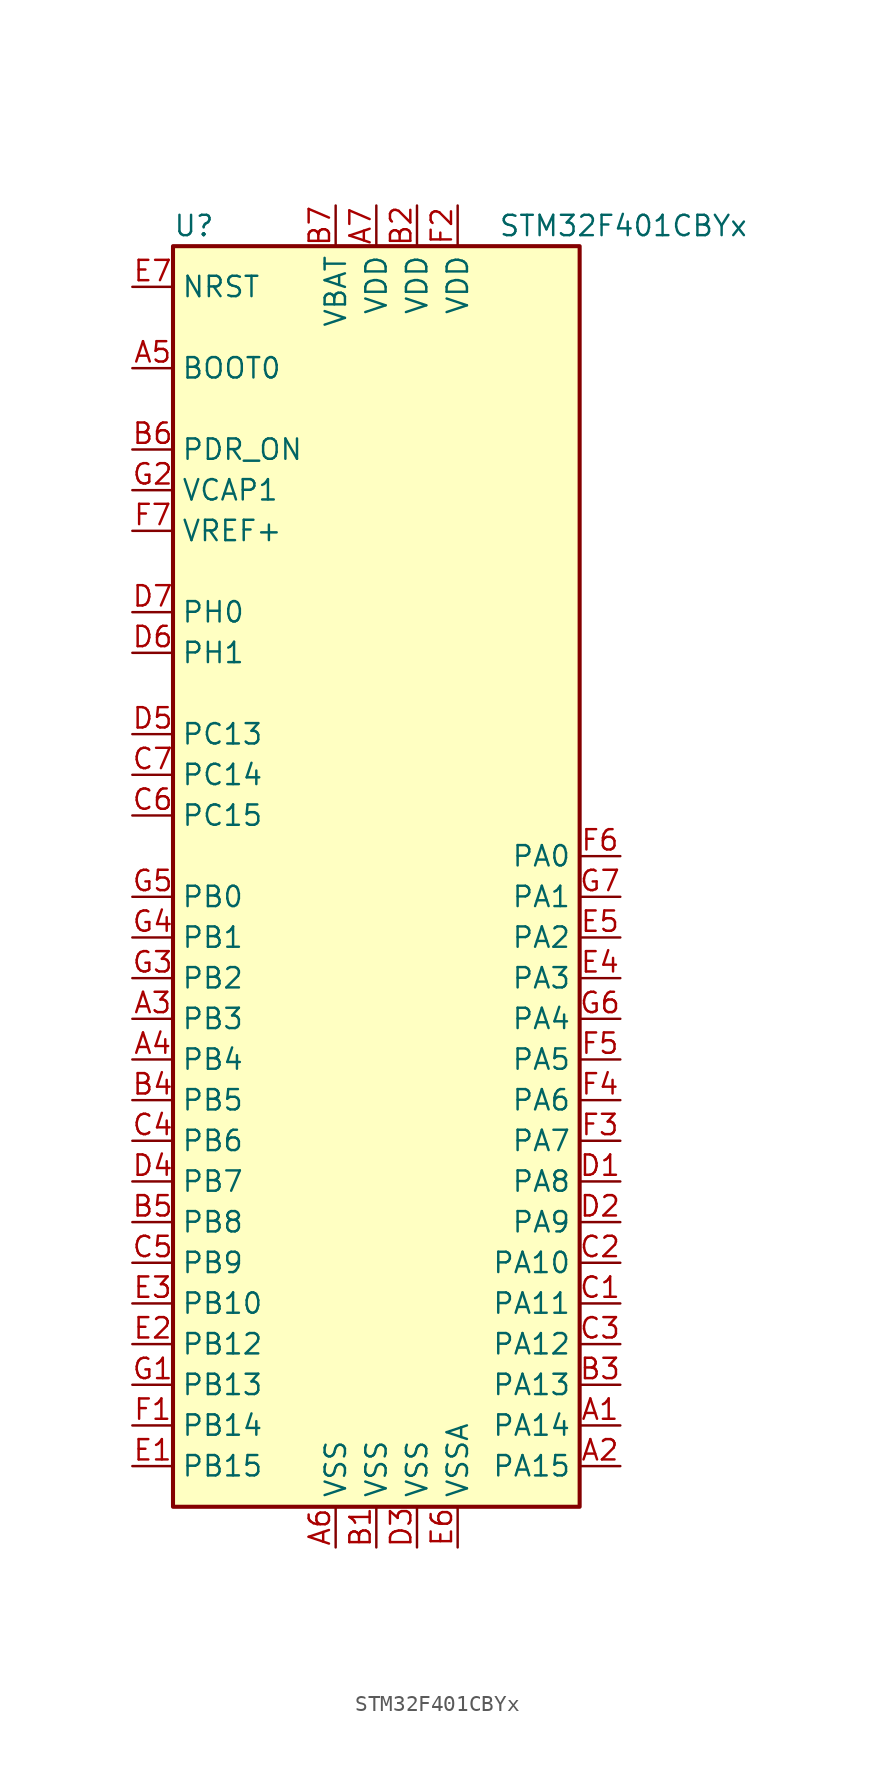
<source format=kicad_sym>
(kicad_symbol_lib
  (version 20201005)
  (generator kicad_symbol_editor)
  (symbol "MCU_ST_STM32F4:STM32F401CBYx"
    (property "Reference" "U"
      (at -12.7 39.37 0)
      (effects (font (size 1.27 1.27)) (justify left)))
    (property "Value" "STM32F401CBYx"
      (at 7.62 39.37 0)
      (effects (font (size 1.27 1.27)) (justify left)))
    (symbol "STM32F401CBYx_0_1"
      (rectangle (start -12.7 -40.64) (end 12.7 38.1) (stroke (width 0.254)) (fill (type background))))
    (symbol "STM32F401CBYx_1_1"
      (pin input line (at -15.24 30.48 0) (length 2.54) (name "BOOT0" (effects (font (size 1.27 1.27)))) (number "A5" (effects (font (size 1.27 1.27)))))
      (pin input line (at -15.24 35.56 0) (length 2.54) (name "NRST" (effects (font (size 1.27 1.27)))) (number "E7" (effects (font (size 1.27 1.27)))))
      (pin bidirectional line (at 15.24 0 180) (length 2.54) (name "PA0" (effects (font (size 1.27 1.27)))) (number "F6" (effects (font (size 1.27 1.27)))))
      (pin bidirectional line (at 15.24 -2.54 180) (length 2.54) (name "PA1" (effects (font (size 1.27 1.27)))) (number "G7" (effects (font (size 1.27 1.27)))))
      (pin bidirectional line (at 15.24 -25.4 180) (length 2.54) (name "PA10" (effects (font (size 1.27 1.27)))) (number "C2" (effects (font (size 1.27 1.27)))))
      (pin bidirectional line (at 15.24 -27.94 180) (length 2.54) (name "PA11" (effects (font (size 1.27 1.27)))) (number "C1" (effects (font (size 1.27 1.27)))))
      (pin bidirectional line (at 15.24 -30.48 180) (length 2.54) (name "PA12" (effects (font (size 1.27 1.27)))) (number "C3" (effects (font (size 1.27 1.27)))))
      (pin bidirectional line (at 15.24 -33.02 180) (length 2.54) (name "PA13" (effects (font (size 1.27 1.27)))) (number "B3" (effects (font (size 1.27 1.27)))))
      (pin bidirectional line (at 15.24 -35.56 180) (length 2.54) (name "PA14" (effects (font (size 1.27 1.27)))) (number "A1" (effects (font (size 1.27 1.27)))))
      (pin bidirectional line (at 15.24 -38.1 180) (length 2.54) (name "PA15" (effects (font (size 1.27 1.27)))) (number "A2" (effects (font (size 1.27 1.27)))))
      (pin bidirectional line (at 15.24 -5.08 180) (length 2.54) (name "PA2" (effects (font (size 1.27 1.27)))) (number "E5" (effects (font (size 1.27 1.27)))))
      (pin bidirectional line (at 15.24 -7.62 180) (length 2.54) (name "PA3" (effects (font (size 1.27 1.27)))) (number "E4" (effects (font (size 1.27 1.27)))))
      (pin bidirectional line (at 15.24 -10.16 180) (length 2.54) (name "PA4" (effects (font (size 1.27 1.27)))) (number "G6" (effects (font (size 1.27 1.27)))))
      (pin bidirectional line (at 15.24 -12.7 180) (length 2.54) (name "PA5" (effects (font (size 1.27 1.27)))) (number "F5" (effects (font (size 1.27 1.27)))))
      (pin bidirectional line (at 15.24 -15.24 180) (length 2.54) (name "PA6" (effects (font (size 1.27 1.27)))) (number "F4" (effects (font (size 1.27 1.27)))))
      (pin bidirectional line (at 15.24 -17.78 180) (length 2.54) (name "PA7" (effects (font (size 1.27 1.27)))) (number "F3" (effects (font (size 1.27 1.27)))))
      (pin bidirectional line (at 15.24 -20.32 180) (length 2.54) (name "PA8" (effects (font (size 1.27 1.27)))) (number "D1" (effects (font (size 1.27 1.27)))))
      (pin bidirectional line (at 15.24 -22.86 180) (length 2.54) (name "PA9" (effects (font (size 1.27 1.27)))) (number "D2" (effects (font (size 1.27 1.27)))))
      (pin bidirectional line (at -15.24 -2.54 0) (length 2.54) (name "PB0" (effects (font (size 1.27 1.27)))) (number "G5" (effects (font (size 1.27 1.27)))))
      (pin bidirectional line (at -15.24 -5.08 0) (length 2.54) (name "PB1" (effects (font (size 1.27 1.27)))) (number "G4" (effects (font (size 1.27 1.27)))))
      (pin bidirectional line (at -15.24 -27.94 0) (length 2.54) (name "PB10" (effects (font (size 1.27 1.27)))) (number "E3" (effects (font (size 1.27 1.27)))))
      (pin bidirectional line (at -15.24 -30.48 0) (length 2.54) (name "PB12" (effects (font (size 1.27 1.27)))) (number "E2" (effects (font (size 1.27 1.27)))))
      (pin bidirectional line (at -15.24 -33.02 0) (length 2.54) (name "PB13" (effects (font (size 1.27 1.27)))) (number "G1" (effects (font (size 1.27 1.27)))))
      (pin bidirectional line (at -15.24 -35.56 0) (length 2.54) (name "PB14" (effects (font (size 1.27 1.27)))) (number "F1" (effects (font (size 1.27 1.27)))))
      (pin bidirectional line (at -15.24 -38.1 0) (length 2.54) (name "PB15" (effects (font (size 1.27 1.27)))) (number "E1" (effects (font (size 1.27 1.27)))))
      (pin bidirectional line (at -15.24 -7.62 0) (length 2.54) (name "PB2" (effects (font (size 1.27 1.27)))) (number "G3" (effects (font (size 1.27 1.27)))))
      (pin bidirectional line (at -15.24 -10.16 0) (length 2.54) (name "PB3" (effects (font (size 1.27 1.27)))) (number "A3" (effects (font (size 1.27 1.27)))))
      (pin bidirectional line (at -15.24 -12.7 0) (length 2.54) (name "PB4" (effects (font (size 1.27 1.27)))) (number "A4" (effects (font (size 1.27 1.27)))))
      (pin bidirectional line (at -15.24 -15.24 0) (length 2.54) (name "PB5" (effects (font (size 1.27 1.27)))) (number "B4" (effects (font (size 1.27 1.27)))))
      (pin bidirectional line (at -15.24 -17.78 0) (length 2.54) (name "PB6" (effects (font (size 1.27 1.27)))) (number "C4" (effects (font (size 1.27 1.27)))))
      (pin bidirectional line (at -15.24 -20.32 0) (length 2.54) (name "PB7" (effects (font (size 1.27 1.27)))) (number "D4" (effects (font (size 1.27 1.27)))))
      (pin bidirectional line (at -15.24 -22.86 0) (length 2.54) (name "PB8" (effects (font (size 1.27 1.27)))) (number "B5" (effects (font (size 1.27 1.27)))))
      (pin bidirectional line (at -15.24 -25.4 0) (length 2.54) (name "PB9" (effects (font (size 1.27 1.27)))) (number "C5" (effects (font (size 1.27 1.27)))))
      (pin bidirectional line (at -15.24 7.62 0) (length 2.54) (name "PC13" (effects (font (size 1.27 1.27)))) (number "D5" (effects (font (size 1.27 1.27)))))
      (pin bidirectional line (at -15.24 5.08 0) (length 2.54) (name "PC14" (effects (font (size 1.27 1.27)))) (number "C7" (effects (font (size 1.27 1.27)))))
      (pin bidirectional line (at -15.24 2.54 0) (length 2.54) (name "PC15" (effects (font (size 1.27 1.27)))) (number "C6" (effects (font (size 1.27 1.27)))))
      (pin power_in line (at -15.24 25.4 0) (length 2.54) (name "PDR_ON" (effects (font (size 1.27 1.27)))) (number "B6" (effects (font (size 1.27 1.27)))))
      (pin input line (at -15.24 15.24 0) (length 2.54) (name "PH0" (effects (font (size 1.27 1.27)))) (number "D7" (effects (font (size 1.27 1.27)))))
      (pin input line (at -15.24 12.7 0) (length 2.54) (name "PH1" (effects (font (size 1.27 1.27)))) (number "D6" (effects (font (size 1.27 1.27)))))
      (pin power_in line (at -2.54 40.64 270) (length 2.54) (name "VBAT" (effects (font (size 1.27 1.27)))) (number "B7" (effects (font (size 1.27 1.27)))))
      (pin power_in line (at -15.24 22.86 0) (length 2.54) (name "VCAP1" (effects (font (size 1.27 1.27)))) (number "G2" (effects (font (size 1.27 1.27)))))
      (pin power_in line (at 0 40.64 270) (length 2.54) (name "VDD" (effects (font (size 1.27 1.27)))) (number "A7" (effects (font (size 1.27 1.27)))))
      (pin power_in line (at 2.54 40.64 270) (length 2.54) (name "VDD" (effects (font (size 1.27 1.27)))) (number "B2" (effects (font (size 1.27 1.27)))))
      (pin power_in line (at 5.08 40.64 270) (length 2.54) (name "VDD" (effects (font (size 1.27 1.27)))) (number "F2" (effects (font (size 1.27 1.27)))))
      (pin power_in line (at -15.24 20.32 0) (length 2.54) (name "VREF+" (effects (font (size 1.27 1.27)))) (number "F7" (effects (font (size 1.27 1.27)))))
      (pin power_in line (at -2.54 -43.18 90) (length 2.54) (name "VSS" (effects (font (size 1.27 1.27)))) (number "A6" (effects (font (size 1.27 1.27)))))
      (pin power_in line (at 0 -43.18 90) (length 2.54) (name "VSS" (effects (font (size 1.27 1.27)))) (number "B1" (effects (font (size 1.27 1.27)))))
      (pin power_in line (at 2.54 -43.18 90) (length 2.54) (name "VSS" (effects (font (size 1.27 1.27)))) (number "D3" (effects (font (size 1.27 1.27)))))
      (pin power_in line (at 5.08 -43.18 90) (length 2.54) (name "VSSA" (effects (font (size 1.27 1.27)))) (number "E6" (effects (font (size 1.27 1.27))))))))
</source>
